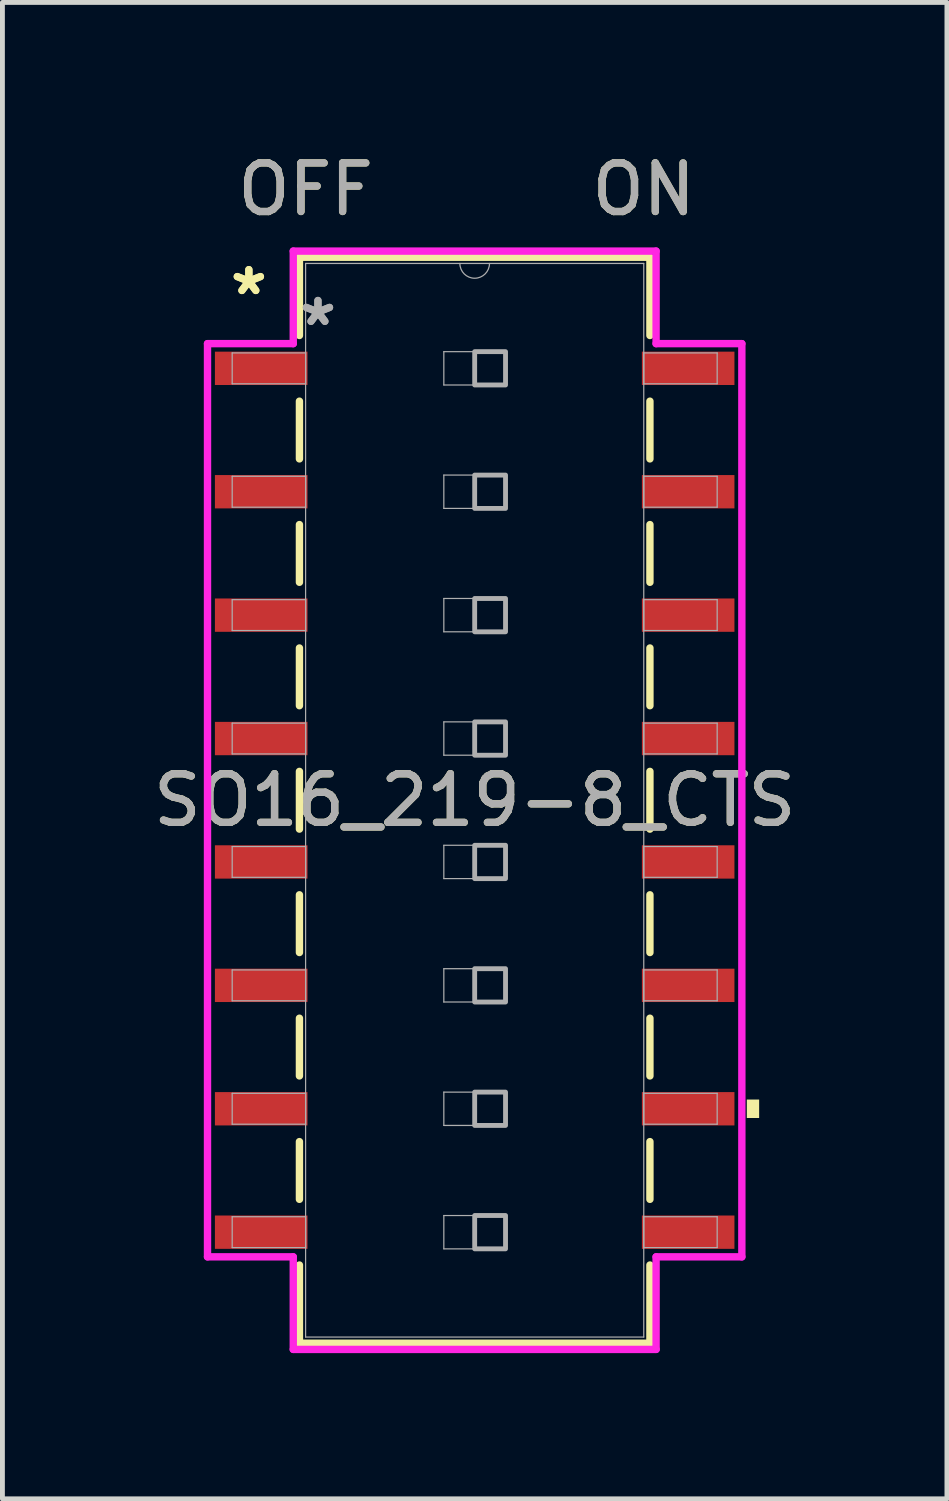
<source format=kicad_pcb>
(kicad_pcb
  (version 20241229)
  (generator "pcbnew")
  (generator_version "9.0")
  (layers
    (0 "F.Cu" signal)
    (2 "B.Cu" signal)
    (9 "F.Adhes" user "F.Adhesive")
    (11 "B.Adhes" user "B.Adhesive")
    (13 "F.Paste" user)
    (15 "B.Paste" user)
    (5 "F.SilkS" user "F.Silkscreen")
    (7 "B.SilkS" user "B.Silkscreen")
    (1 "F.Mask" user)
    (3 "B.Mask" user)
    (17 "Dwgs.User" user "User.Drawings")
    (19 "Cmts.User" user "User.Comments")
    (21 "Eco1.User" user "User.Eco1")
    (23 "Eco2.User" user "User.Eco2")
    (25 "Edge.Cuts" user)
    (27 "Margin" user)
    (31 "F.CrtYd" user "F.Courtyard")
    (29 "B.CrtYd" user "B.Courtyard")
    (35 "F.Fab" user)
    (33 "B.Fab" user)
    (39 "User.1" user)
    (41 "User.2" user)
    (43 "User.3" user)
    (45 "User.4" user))
  (footprint "SO16_219-8_CTS"
    (layer "F.Cu")
    (at 6.72 13.421)
    (property "Reference" "SO16_219-8_CTS" (at 0 0 0) (unlocked yes) (layer "F.SilkS") (effects (font (size 1 1) (thickness 0.15))))
    (attr smd)
    (fp_line (start -3.607 -11.176) (end -3.607 -9.566) (stroke (width 0.152) (type solid)) (layer "F.SilkS"))
    (fp_line (start -3.607 -8.214) (end -3.607 -7.026) (stroke (width 0.152) (type solid)) (layer "F.SilkS"))
    (fp_line (start -3.607 -5.674) (end -3.607 -4.486) (stroke (width 0.152) (type solid)) (layer "F.SilkS"))
    (fp_line (start -3.607 -3.134) (end -3.607 -1.946) (stroke (width 0.152) (type solid)) (layer "F.SilkS"))
    (fp_line (start -3.607 -0.594) (end -3.607 0.594) (stroke (width 0.152) (type solid)) (layer "F.SilkS"))
    (fp_line (start -3.607 1.946) (end -3.607 3.134) (stroke (width 0.152) (type solid)) (layer "F.SilkS"))
    (fp_line (start -3.607 4.486) (end -3.607 5.674) (stroke (width 0.152) (type solid)) (layer "F.SilkS"))
    (fp_line (start -3.607 7.026) (end -3.607 8.214) (stroke (width 0.152) (type solid)) (layer "F.SilkS"))
    (fp_line (start -3.607 9.566) (end -3.607 11.176) (stroke (width 0.152) (type solid)) (layer "F.SilkS"))
    (fp_line (start -3.607 11.176) (end 3.607 11.176) (stroke (width 0.152) (type solid)) (layer "F.SilkS"))
    (fp_line (start 3.607 -11.176) (end -3.607 -11.176) (stroke (width 0.152) (type solid)) (layer "F.SilkS"))
    (fp_line (start 3.607 -9.566) (end 3.607 -11.176) (stroke (width 0.152) (type solid)) (layer "F.SilkS"))
    (fp_line (start 3.607 -7.026) (end 3.607 -8.214) (stroke (width 0.152) (type solid)) (layer "F.SilkS"))
    (fp_line (start 3.607 -4.486) (end 3.607 -5.674) (stroke (width 0.152) (type solid)) (layer "F.SilkS"))
    (fp_line (start 3.607 -1.946) (end 3.607 -3.134) (stroke (width 0.152) (type solid)) (layer "F.SilkS"))
    (fp_line (start 3.607 0.594) (end 3.607 -0.594) (stroke (width 0.152) (type solid)) (layer "F.SilkS"))
    (fp_line (start 3.607 3.134) (end 3.607 1.946) (stroke (width 0.152) (type solid)) (layer "F.SilkS"))
    (fp_line (start 3.607 5.674) (end 3.607 4.486) (stroke (width 0.152) (type solid)) (layer "F.SilkS"))
    (fp_line (start 3.607 8.214) (end 3.607 7.026) (stroke (width 0.152) (type solid)) (layer "F.SilkS"))
    (fp_line (start 3.607 11.176) (end 3.607 9.566) (stroke (width 0.152) (type solid)) (layer "F.SilkS"))
    (fp_poly (pts (xy 5.855 6.16) (xy 5.855 6.54) (xy 5.601 6.54) (xy 5.601 6.16)) (stroke (width 0) (type solid)) (fill yes) (layer "F.SilkS"))
    (fp_line (start -5.499 -9.398) (end -3.734 -9.398) (stroke (width 0.152) (type solid)) (layer "F.CrtYd"))
    (fp_line (start -5.499 9.398) (end -5.499 -9.398) (stroke (width 0.152) (type solid)) (layer "F.CrtYd"))
    (fp_line (start -3.734 -11.303) (end 3.734 -11.303) (stroke (width 0.152) (type solid)) (layer "F.CrtYd"))
    (fp_line (start -3.734 -9.398) (end -3.734 -11.303) (stroke (width 0.152) (type solid)) (layer "F.CrtYd"))
    (fp_line (start -3.734 9.398) (end -5.499 9.398) (stroke (width 0.152) (type solid)) (layer "F.CrtYd"))
    (fp_line (start -3.734 11.303) (end -3.734 9.398) (stroke (width 0.152) (type solid)) (layer "F.CrtYd"))
    (fp_line (start 3.734 -11.303) (end 3.734 -9.398) (stroke (width 0.152) (type solid)) (layer "F.CrtYd"))
    (fp_line (start 3.734 -9.398) (end 5.499 -9.398) (stroke (width 0.152) (type solid)) (layer "F.CrtYd"))
    (fp_line (start 3.734 9.398) (end 3.734 11.303) (stroke (width 0.152) (type solid)) (layer "F.CrtYd"))
    (fp_line (start 3.734 11.303) (end -3.734 11.303) (stroke (width 0.152) (type solid)) (layer "F.CrtYd"))
    (fp_line (start 5.499 -9.398) (end 5.499 9.398) (stroke (width 0.152) (type solid)) (layer "F.CrtYd"))
    (fp_line (start 5.499 9.398) (end 3.734 9.398) (stroke (width 0.152) (type solid)) (layer "F.CrtYd"))
    (fp_line (start -4.991 -9.207) (end -4.991 -8.572) (stroke (width 0.025) (type solid)) (layer "F.Fab"))
    (fp_line (start -4.991 -8.572) (end -3.48 -8.572) (stroke (width 0.025) (type solid)) (layer "F.Fab"))
    (fp_line (start -4.991 -6.668) (end -4.991 -6.032) (stroke (width 0.025) (type solid)) (layer "F.Fab"))
    (fp_line (start -4.991 -6.032) (end -3.48 -6.032) (stroke (width 0.025) (type solid)) (layer "F.Fab"))
    (fp_line (start -4.991 -4.128) (end -4.991 -3.493) (stroke (width 0.025) (type solid)) (layer "F.Fab"))
    (fp_line (start -4.991 -3.493) (end -3.48 -3.493) (stroke (width 0.025) (type solid)) (layer "F.Fab"))
    (fp_line (start -4.991 -1.587) (end -4.991 -0.953) (stroke (width 0.025) (type solid)) (layer "F.Fab"))
    (fp_line (start -4.991 -0.953) (end -3.48 -0.953) (stroke (width 0.025) (type solid)) (layer "F.Fab"))
    (fp_line (start -4.991 0.953) (end -4.991 1.587) (stroke (width 0.025) (type solid)) (layer "F.Fab"))
    (fp_line (start -4.991 1.587) (end -3.48 1.587) (stroke (width 0.025) (type solid)) (layer "F.Fab"))
    (fp_line (start -4.991 3.493) (end -4.991 4.128) (stroke (width 0.025) (type solid)) (layer "F.Fab"))
    (fp_line (start -4.991 4.128) (end -3.48 4.128) (stroke (width 0.025) (type solid)) (layer "F.Fab"))
    (fp_line (start -4.991 6.032) (end -4.991 6.668) (stroke (width 0.025) (type solid)) (layer "F.Fab"))
    (fp_line (start -4.991 6.668) (end -3.48 6.668) (stroke (width 0.025) (type solid)) (layer "F.Fab"))
    (fp_line (start -4.991 8.572) (end -4.991 9.207) (stroke (width 0.025) (type solid)) (layer "F.Fab"))
    (fp_line (start -4.991 9.207) (end -3.48 9.207) (stroke (width 0.025) (type solid)) (layer "F.Fab"))
    (fp_line (start -3.48 -11.049) (end -3.48 11.049) (stroke (width 0.025) (type solid)) (layer "F.Fab"))
    (fp_line (start -3.48 -9.207) (end -4.991 -9.207) (stroke (width 0.025) (type solid)) (layer "F.Fab"))
    (fp_line (start -3.48 -8.572) (end -3.48 -9.207) (stroke (width 0.025) (type solid)) (layer "F.Fab"))
    (fp_line (start -3.48 -6.668) (end -4.991 -6.668) (stroke (width 0.025) (type solid)) (layer "F.Fab"))
    (fp_line (start -3.48 -6.032) (end -3.48 -6.668) (stroke (width 0.025) (type solid)) (layer "F.Fab"))
    (fp_line (start -3.48 -4.128) (end -4.991 -4.128) (stroke (width 0.025) (type solid)) (layer "F.Fab"))
    (fp_line (start -3.48 -3.493) (end -3.48 -4.128) (stroke (width 0.025) (type solid)) (layer "F.Fab"))
    (fp_line (start -3.48 -1.587) (end -4.991 -1.587) (stroke (width 0.025) (type solid)) (layer "F.Fab"))
    (fp_line (start -3.48 -0.953) (end -3.48 -1.587) (stroke (width 0.025) (type solid)) (layer "F.Fab"))
    (fp_line (start -3.48 0.953) (end -4.991 0.953) (stroke (width 0.025) (type solid)) (layer "F.Fab"))
    (fp_line (start -3.48 1.587) (end -3.48 0.953) (stroke (width 0.025) (type solid)) (layer "F.Fab"))
    (fp_line (start -3.48 3.493) (end -4.991 3.493) (stroke (width 0.025) (type solid)) (layer "F.Fab"))
    (fp_line (start -3.48 4.128) (end -3.48 3.493) (stroke (width 0.025) (type solid)) (layer "F.Fab"))
    (fp_line (start -3.48 6.032) (end -4.991 6.032) (stroke (width 0.025) (type solid)) (layer "F.Fab"))
    (fp_line (start -3.48 6.668) (end -3.48 6.032) (stroke (width 0.025) (type solid)) (layer "F.Fab"))
    (fp_line (start -3.48 8.572) (end -4.991 8.572) (stroke (width 0.025) (type solid)) (layer "F.Fab"))
    (fp_line (start -3.48 9.207) (end -3.48 8.572) (stroke (width 0.025) (type solid)) (layer "F.Fab"))
    (fp_line (start -3.48 11.049) (end 3.48 11.049) (stroke (width 0.025) (type solid)) (layer "F.Fab"))
    (fp_line (start -0.635 -9.233) (end 0.635 -9.233) (stroke (width 0.025) (type solid)) (layer "F.Fab"))
    (fp_line (start -0.635 -8.547) (end -0.635 -9.233) (stroke (width 0.025) (type solid)) (layer "F.Fab"))
    (fp_line (start -0.635 -6.693) (end 0.635 -6.693) (stroke (width 0.025) (type solid)) (layer "F.Fab"))
    (fp_line (start -0.635 -6.007) (end -0.635 -6.693) (stroke (width 0.025) (type solid)) (layer "F.Fab"))
    (fp_line (start -0.635 -4.153) (end 0.635 -4.153) (stroke (width 0.025) (type solid)) (layer "F.Fab"))
    (fp_line (start -0.635 -3.467) (end -0.635 -4.153) (stroke (width 0.025) (type solid)) (layer "F.Fab"))
    (fp_line (start -0.635 -1.613) (end 0.635 -1.613) (stroke (width 0.025) (type solid)) (layer "F.Fab"))
    (fp_line (start -0.635 -0.927) (end -0.635 -1.613) (stroke (width 0.025) (type solid)) (layer "F.Fab"))
    (fp_line (start -0.635 0.927) (end 0.635 0.927) (stroke (width 0.025) (type solid)) (layer "F.Fab"))
    (fp_line (start -0.635 1.613) (end -0.635 0.927) (stroke (width 0.025) (type solid)) (layer "F.Fab"))
    (fp_line (start -0.635 3.467) (end 0.635 3.467) (stroke (width 0.025) (type solid)) (layer "F.Fab"))
    (fp_line (start -0.635 4.153) (end -0.635 3.467) (stroke (width 0.025) (type solid)) (layer "F.Fab"))
    (fp_line (start -0.635 6.007) (end 0.635 6.007) (stroke (width 0.025) (type solid)) (layer "F.Fab"))
    (fp_line (start -0.635 6.693) (end -0.635 6.007) (stroke (width 0.025) (type solid)) (layer "F.Fab"))
    (fp_line (start -0.635 8.547) (end 0.635 8.547) (stroke (width 0.025) (type solid)) (layer "F.Fab"))
    (fp_line (start -0.635 9.233) (end -0.635 8.547) (stroke (width 0.025) (type solid)) (layer "F.Fab"))
    (fp_line (start 0.635 -9.233) (end 0.635 -8.547) (stroke (width 0.025) (type solid)) (layer "F.Fab"))
    (fp_line (start 0.635 -8.547) (end -0.635 -8.547) (stroke (width 0.025) (type solid)) (layer "F.Fab"))
    (fp_line (start 0.635 -6.693) (end 0.635 -6.007) (stroke (width 0.025) (type solid)) (layer "F.Fab"))
    (fp_line (start 0.635 -6.007) (end -0.635 -6.007) (stroke (width 0.025) (type solid)) (layer "F.Fab"))
    (fp_line (start 0.635 -4.153) (end 0.635 -3.467) (stroke (width 0.025) (type solid)) (layer "F.Fab"))
    (fp_line (start 0.635 -3.467) (end -0.635 -3.467) (stroke (width 0.025) (type solid)) (layer "F.Fab"))
    (fp_line (start 0.635 -1.613) (end 0.635 -0.927) (stroke (width 0.025) (type solid)) (layer "F.Fab"))
    (fp_line (start 0.635 -0.927) (end -0.635 -0.927) (stroke (width 0.025) (type solid)) (layer "F.Fab"))
    (fp_line (start 0.635 0.927) (end 0.635 1.613) (stroke (width 0.025) (type solid)) (layer "F.Fab"))
    (fp_line (start 0.635 1.613) (end -0.635 1.613) (stroke (width 0.025) (type solid)) (layer "F.Fab"))
    (fp_line (start 0.635 3.467) (end 0.635 4.153) (stroke (width 0.025) (type solid)) (layer "F.Fab"))
    (fp_line (start 0.635 4.153) (end -0.635 4.153) (stroke (width 0.025) (type solid)) (layer "F.Fab"))
    (fp_line (start 0.635 6.007) (end 0.635 6.693) (stroke (width 0.025) (type solid)) (layer "F.Fab"))
    (fp_line (start 0.635 6.693) (end -0.635 6.693) (stroke (width 0.025) (type solid)) (layer "F.Fab"))
    (fp_line (start 0.635 8.547) (end 0.635 9.233) (stroke (width 0.025) (type solid)) (layer "F.Fab"))
    (fp_line (start 0.635 9.233) (end -0.635 9.233) (stroke (width 0.025) (type solid)) (layer "F.Fab"))
    (fp_line (start 3.48 -11.049) (end -3.48 -11.049) (stroke (width 0.025) (type solid)) (layer "F.Fab"))
    (fp_line (start 3.48 -9.207) (end 3.48 -8.572) (stroke (width 0.025) (type solid)) (layer "F.Fab"))
    (fp_line (start 3.48 -8.572) (end 4.991 -8.572) (stroke (width 0.025) (type solid)) (layer "F.Fab"))
    (fp_line (start 3.48 -6.668) (end 3.48 -6.032) (stroke (width 0.025) (type solid)) (layer "F.Fab"))
    (fp_line (start 3.48 -6.032) (end 4.991 -6.032) (stroke (width 0.025) (type solid)) (layer "F.Fab"))
    (fp_line (start 3.48 -4.128) (end 3.48 -3.493) (stroke (width 0.025) (type solid)) (layer "F.Fab"))
    (fp_line (start 3.48 -3.493) (end 4.991 -3.493) (stroke (width 0.025) (type solid)) (layer "F.Fab"))
    (fp_line (start 3.48 -1.587) (end 3.48 -0.953) (stroke (width 0.025) (type solid)) (layer "F.Fab"))
    (fp_line (start 3.48 -0.953) (end 4.991 -0.953) (stroke (width 0.025) (type solid)) (layer "F.Fab"))
    (fp_line (start 3.48 0.953) (end 3.48 1.587) (stroke (width 0.025) (type solid)) (layer "F.Fab"))
    (fp_line (start 3.48 1.587) (end 4.991 1.587) (stroke (width 0.025) (type solid)) (layer "F.Fab"))
    (fp_line (start 3.48 3.493) (end 3.48 4.128) (stroke (width 0.025) (type solid)) (layer "F.Fab"))
    (fp_line (start 3.48 4.128) (end 4.991 4.128) (stroke (width 0.025) (type solid)) (layer "F.Fab"))
    (fp_line (start 3.48 6.032) (end 3.48 6.668) (stroke (width 0.025) (type solid)) (layer "F.Fab"))
    (fp_line (start 3.48 6.668) (end 4.991 6.668) (stroke (width 0.025) (type solid)) (layer "F.Fab"))
    (fp_line (start 3.48 8.572) (end 3.48 9.207) (stroke (width 0.025) (type solid)) (layer "F.Fab"))
    (fp_line (start 3.48 9.207) (end 4.991 9.207) (stroke (width 0.025) (type solid)) (layer "F.Fab"))
    (fp_line (start 3.48 11.049) (end 3.48 -11.049) (stroke (width 0.025) (type solid)) (layer "F.Fab"))
    (fp_line (start 4.991 -9.207) (end 3.48 -9.207) (stroke (width 0.025) (type solid)) (layer "F.Fab"))
    (fp_line (start 4.991 -8.572) (end 4.991 -9.207) (stroke (width 0.025) (type solid)) (layer "F.Fab"))
    (fp_line (start 4.991 -6.668) (end 3.48 -6.668) (stroke (width 0.025) (type solid)) (layer "F.Fab"))
    (fp_line (start 4.991 -6.032) (end 4.991 -6.668) (stroke (width 0.025) (type solid)) (layer "F.Fab"))
    (fp_line (start 4.991 -4.128) (end 3.48 -4.128) (stroke (width 0.025) (type solid)) (layer "F.Fab"))
    (fp_line (start 4.991 -3.493) (end 4.991 -4.128) (stroke (width 0.025) (type solid)) (layer "F.Fab"))
    (fp_line (start 4.991 -1.587) (end 3.48 -1.587) (stroke (width 0.025) (type solid)) (layer "F.Fab"))
    (fp_line (start 4.991 -0.953) (end 4.991 -1.587) (stroke (width 0.025) (type solid)) (layer "F.Fab"))
    (fp_line (start 4.991 0.953) (end 3.48 0.953) (stroke (width 0.025) (type solid)) (layer "F.Fab"))
    (fp_line (start 4.991 1.587) (end 4.991 0.953) (stroke (width 0.025) (type solid)) (layer "F.Fab"))
    (fp_line (start 4.991 3.493) (end 3.48 3.493) (stroke (width 0.025) (type solid)) (layer "F.Fab"))
    (fp_line (start 4.991 4.128) (end 4.991 3.493) (stroke (width 0.025) (type solid)) (layer "F.Fab"))
    (fp_line (start 4.991 6.032) (end 3.48 6.032) (stroke (width 0.025) (type solid)) (layer "F.Fab"))
    (fp_line (start 4.991 6.668) (end 4.991 6.032) (stroke (width 0.025) (type solid)) (layer "F.Fab"))
    (fp_line (start 4.991 8.572) (end 3.48 8.572) (stroke (width 0.025) (type solid)) (layer "F.Fab"))
    (fp_line (start 4.991 9.207) (end 4.991 8.572) (stroke (width 0.025) (type solid)) (layer "F.Fab"))
    (fp_arc (start 0.3048 -11.049) (mid 0 -10.7442) (end -0.3048 -11.049) (stroke (width 0.0254) (type solid)) (layer "F.Fab"))
    (fp_poly (pts (xy 0 -9.233) (xy 0.635 -9.233) (xy 0.635 -8.547) (xy 0 -8.547)) (stroke (width 0.1) (type solid)) (fill no) (layer "F.Fab"))
    (fp_poly (pts (xy 0 -6.693) (xy 0.635 -6.693) (xy 0.635 -6.007) (xy 0 -6.007)) (stroke (width 0.1) (type solid)) (fill no) (layer "F.Fab"))
    (fp_poly (pts (xy 0 -4.153) (xy 0.635 -4.153) (xy 0.635 -3.467) (xy 0 -3.467)) (stroke (width 0.1) (type solid)) (fill no) (layer "F.Fab"))
    (fp_poly (pts (xy 0 -1.613) (xy 0.635 -1.613) (xy 0.635 -0.927) (xy 0 -0.927)) (stroke (width 0.1) (type solid)) (fill no) (layer "F.Fab"))
    (fp_poly (pts (xy 0 0.927) (xy 0.635 0.927) (xy 0.635 1.613) (xy 0 1.613)) (stroke (width 0.1) (type solid)) (fill no) (layer "F.Fab"))
    (fp_poly (pts (xy 0 3.467) (xy 0.635 3.467) (xy 0.635 4.153) (xy 0 4.153)) (stroke (width 0.1) (type solid)) (fill no) (layer "F.Fab"))
    (fp_poly (pts (xy 0 6.007) (xy 0.635 6.007) (xy 0.635 6.693) (xy 0 6.693)) (stroke (width 0.1) (type solid)) (fill no) (layer "F.Fab"))
    (fp_poly (pts (xy 0 8.547) (xy 0.635 8.547) (xy 0.635 9.233) (xy 0 9.233)) (stroke (width 0.1) (type solid)) (fill no) (layer "F.Fab"))
    (fp_text user "*" (at -4.648 -10.376 0) (layer "F.SilkS") (effects (font (size 1 1) (thickness 0.15))))
    (fp_text user "*" (at -4.648 -10.376 0) (unlocked yes) (layer "F.SilkS") (effects (font (size 1 1) (thickness 0.15))))
    (fp_text user "OFF" (at -3.48 -12.573 0) (unlocked yes) (layer "F.SilkS") (effects (font (size 1 1) (thickness 0.15))))
    (fp_text user "ON" (at 3.48 -12.573 0) (unlocked yes) (layer "F.SilkS") (effects (font (size 1 1) (thickness 0.15))))
    (fp_text user "OFF" (at -3.48 -12.573 0) (unlocked yes) (layer "F.Fab") (effects (font (size 1 1) (thickness 0.15))))
    (fp_text user "${REFERENCE}" (at 0 0 0) (unlocked yes) (layer "F.Fab") (effects (font (size 1 1) (thickness 0.15))))
    (fp_text user "*" (at -3.226 -9.741 0) (layer "F.Fab") (effects (font (size 1 1) (thickness 0.15))))
    (fp_text user "ON" (at 3.48 -12.573 0) (unlocked yes) (layer "F.Fab") (effects (font (size 1 1) (thickness 0.15))))
    (fp_text user "*" (at -3.226 -9.741 0) (unlocked yes) (layer "F.Fab") (effects (font (size 1 1) (thickness 0.15))))
    (pad "1" smd rect (at -4.394 -8.89) (size 1.905 0.686) (layers "F.Cu" "F.Mask" "F.Paste"))
    (pad "2" smd rect (at -4.394 -6.35) (size 1.905 0.686) (layers "F.Cu" "F.Mask" "F.Paste"))
    (pad "3" smd rect (at -4.394 -3.81) (size 1.905 0.686) (layers "F.Cu" "F.Mask" "F.Paste"))
    (pad "4" smd rect (at -4.394 -1.27) (size 1.905 0.686) (layers "F.Cu" "F.Mask" "F.Paste"))
    (pad "5" smd rect (at -4.394 1.27) (size 1.905 0.686) (layers "F.Cu" "F.Mask" "F.Paste"))
    (pad "6" smd rect (at -4.394 3.81) (size 1.905 0.686) (layers "F.Cu" "F.Mask" "F.Paste"))
    (pad "7" smd rect (at -4.394 6.35) (size 1.905 0.686) (layers "F.Cu" "F.Mask" "F.Paste"))
    (pad "8" smd rect (at -4.394 8.89) (size 1.905 0.686) (layers "F.Cu" "F.Mask" "F.Paste"))
    (pad "9" smd rect (at 4.394 8.89) (size 1.905 0.686) (layers "F.Cu" "F.Mask" "F.Paste"))
    (pad "10" smd rect (at 4.394 6.35) (size 1.905 0.686) (layers "F.Cu" "F.Mask" "F.Paste"))
    (pad "11" smd rect (at 4.394 3.81) (size 1.905 0.686) (layers "F.Cu" "F.Mask" "F.Paste"))
    (pad "12" smd rect (at 4.394 1.27) (size 1.905 0.686) (layers "F.Cu" "F.Mask" "F.Paste"))
    (pad "13" smd rect (at 4.394 -1.27) (size 1.905 0.686) (layers "F.Cu" "F.Mask" "F.Paste"))
    (pad "14" smd rect (at 4.394 -3.81) (size 1.905 0.686) (layers "F.Cu" "F.Mask" "F.Paste"))
    (pad "15" smd rect (at 4.394 -6.35) (size 1.905 0.686) (layers "F.Cu" "F.Mask" "F.Paste"))
    (pad "16" smd rect (at 4.394 -8.89) (size 1.905 0.686) (layers "F.Cu" "F.Mask" "F.Paste")))
  (gr_rect
    (start -3 -3)
    (end 16.44 27.8)
    (stroke (width 0.1) (type default))
    (fill no)
    (layer "Edge.Cuts")))
</source>
